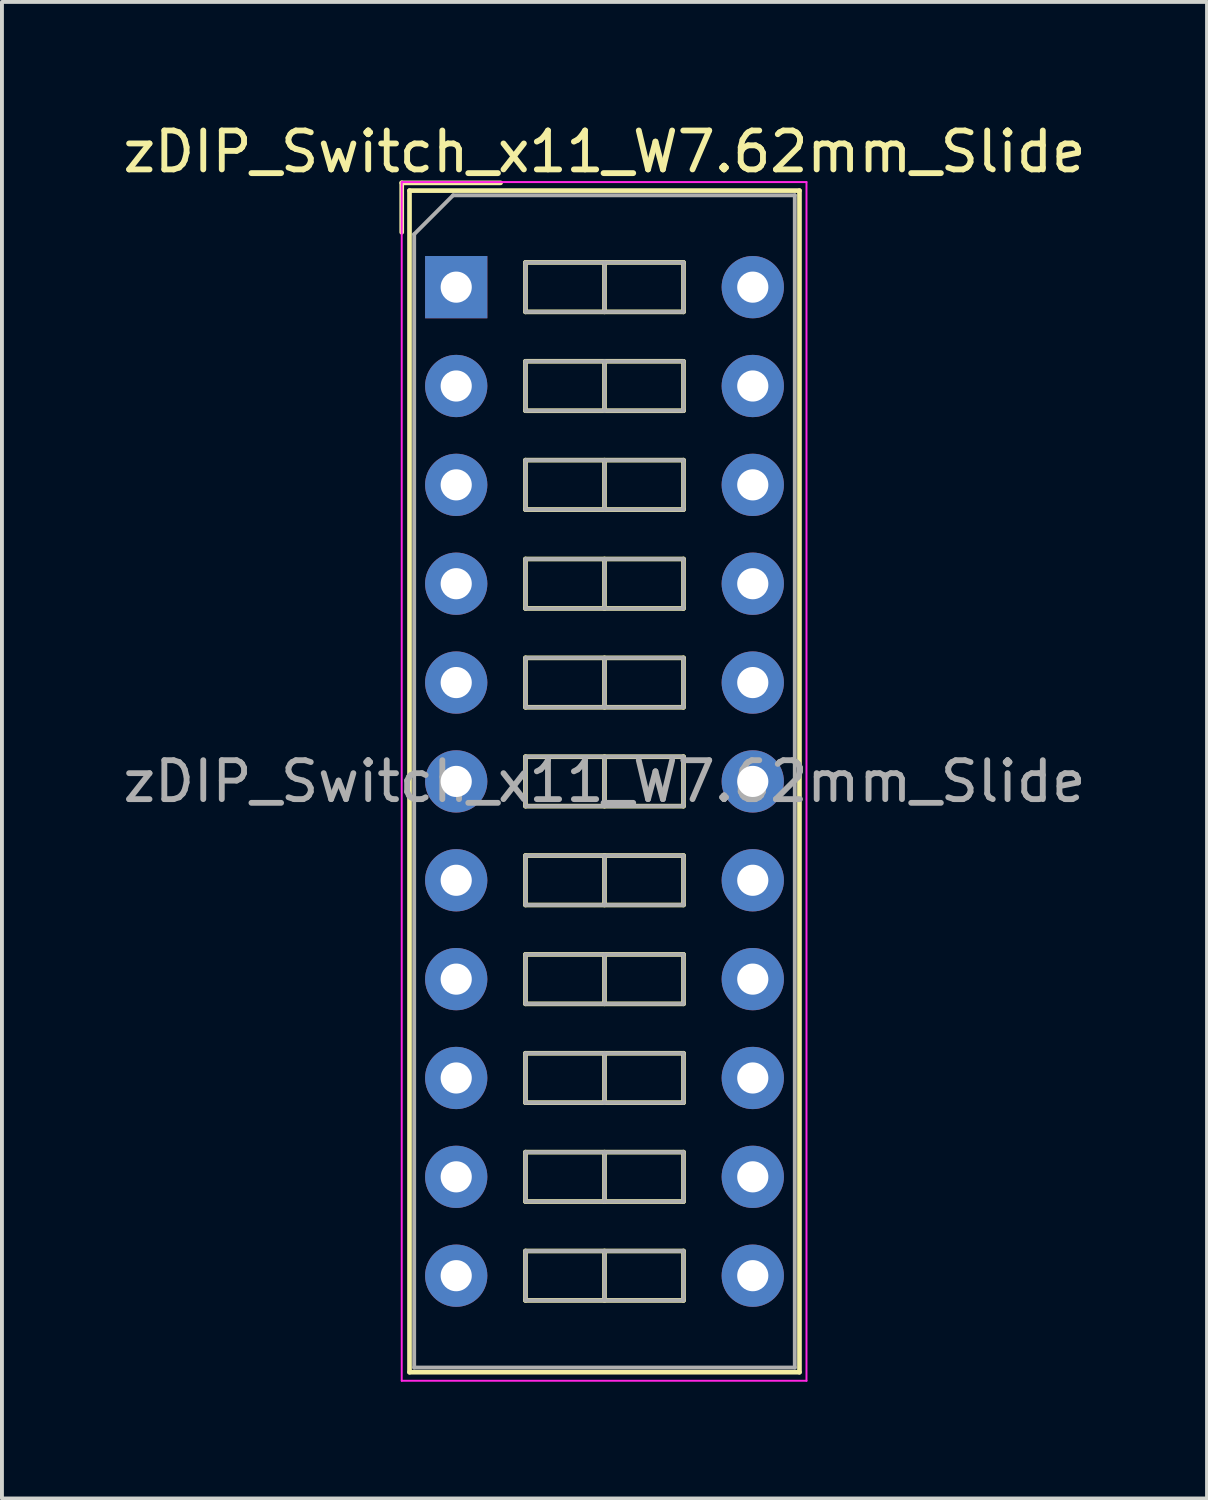
<source format=kicad_pcb>
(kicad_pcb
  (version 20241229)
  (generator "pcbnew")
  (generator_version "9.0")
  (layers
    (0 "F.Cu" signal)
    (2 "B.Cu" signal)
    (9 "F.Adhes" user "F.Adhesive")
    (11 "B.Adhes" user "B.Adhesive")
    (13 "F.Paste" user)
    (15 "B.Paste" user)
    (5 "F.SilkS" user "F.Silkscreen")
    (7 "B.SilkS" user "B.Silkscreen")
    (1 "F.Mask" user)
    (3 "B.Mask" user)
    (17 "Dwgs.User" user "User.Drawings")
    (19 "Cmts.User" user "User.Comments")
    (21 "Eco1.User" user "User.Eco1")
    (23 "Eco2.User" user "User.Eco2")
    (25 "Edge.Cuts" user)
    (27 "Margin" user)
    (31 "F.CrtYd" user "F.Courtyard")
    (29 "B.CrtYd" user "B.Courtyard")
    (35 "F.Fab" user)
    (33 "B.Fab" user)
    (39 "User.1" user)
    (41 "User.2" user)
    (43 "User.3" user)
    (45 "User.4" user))
  (footprint "zDIP_Switch_x11_W7.62mm_Slide"
    (layer "F.Cu")
    (at 8.672 4.328)
    (property "Reference" "zDIP_Switch_x11_W7.62mm_Slide" (at 3.81 -3.48 0) (layer "F.SilkS") (effects (font (size 1 1) (thickness 0.15))))
    (attr through_hole)
    (fp_line (start -1.4 -2.68) (end -1.4 -1.41) (stroke (width 0.12) (type solid)) (layer "F.SilkS"))
    (fp_line (start -1.4 -2.68) (end 1.14 -2.68) (stroke (width 0.12) (type solid)) (layer "F.SilkS"))
    (fp_line (start -1.2 -2.48) (end 8.82 -2.48) (stroke (width 0.12) (type solid)) (layer "F.SilkS"))
    (fp_line (start -1.2 27.88) (end -1.2 -2.48) (stroke (width 0.12) (type solid)) (layer "F.SilkS"))
    (fp_line (start 1.78 -0.635) (end 1.78 0.635) (stroke (width 0.12) (type solid)) (layer "F.SilkS"))
    (fp_line (start 1.78 0.635) (end 5.84 0.635) (stroke (width 0.12) (type solid)) (layer "F.SilkS"))
    (fp_line (start 1.78 1.905) (end 1.78 3.175) (stroke (width 0.12) (type solid)) (layer "F.SilkS"))
    (fp_line (start 1.78 3.175) (end 5.84 3.175) (stroke (width 0.12) (type solid)) (layer "F.SilkS"))
    (fp_line (start 1.78 4.445) (end 1.78 5.715) (stroke (width 0.12) (type solid)) (layer "F.SilkS"))
    (fp_line (start 1.78 5.715) (end 5.84 5.715) (stroke (width 0.12) (type solid)) (layer "F.SilkS"))
    (fp_line (start 1.78 6.985) (end 1.78 8.255) (stroke (width 0.12) (type solid)) (layer "F.SilkS"))
    (fp_line (start 1.78 8.255) (end 5.84 8.255) (stroke (width 0.12) (type solid)) (layer "F.SilkS"))
    (fp_line (start 1.78 9.525) (end 1.78 10.795) (stroke (width 0.12) (type solid)) (layer "F.SilkS"))
    (fp_line (start 1.78 10.795) (end 5.84 10.795) (stroke (width 0.12) (type solid)) (layer "F.SilkS"))
    (fp_line (start 1.78 12.065) (end 1.78 13.335) (stroke (width 0.12) (type solid)) (layer "F.SilkS"))
    (fp_line (start 1.78 13.335) (end 5.84 13.335) (stroke (width 0.12) (type solid)) (layer "F.SilkS"))
    (fp_line (start 1.78 14.605) (end 1.78 15.875) (stroke (width 0.12) (type solid)) (layer "F.SilkS"))
    (fp_line (start 1.78 15.875) (end 5.84 15.875) (stroke (width 0.12) (type solid)) (layer "F.SilkS"))
    (fp_line (start 1.78 17.145) (end 1.78 18.415) (stroke (width 0.12) (type solid)) (layer "F.SilkS"))
    (fp_line (start 1.78 18.415) (end 5.84 18.415) (stroke (width 0.12) (type solid)) (layer "F.SilkS"))
    (fp_line (start 1.78 19.685) (end 1.78 20.955) (stroke (width 0.12) (type solid)) (layer "F.SilkS"))
    (fp_line (start 1.78 20.955) (end 5.84 20.955) (stroke (width 0.12) (type solid)) (layer "F.SilkS"))
    (fp_line (start 1.78 22.225) (end 1.78 23.495) (stroke (width 0.12) (type solid)) (layer "F.SilkS"))
    (fp_line (start 1.78 23.495) (end 5.84 23.495) (stroke (width 0.12) (type solid)) (layer "F.SilkS"))
    (fp_line (start 1.78 24.765) (end 1.78 26.035) (stroke (width 0.12) (type solid)) (layer "F.SilkS"))
    (fp_line (start 1.78 26.035) (end 5.84 26.035) (stroke (width 0.12) (type solid)) (layer "F.SilkS"))
    (fp_line (start 3.81 -0.635) (end 3.81 0.635) (stroke (width 0.12) (type solid)) (layer "F.SilkS"))
    (fp_line (start 3.81 1.905) (end 3.81 3.175) (stroke (width 0.12) (type solid)) (layer "F.SilkS"))
    (fp_line (start 3.81 4.445) (end 3.81 5.715) (stroke (width 0.12) (type solid)) (layer "F.SilkS"))
    (fp_line (start 3.81 6.985) (end 3.81 8.255) (stroke (width 0.12) (type solid)) (layer "F.SilkS"))
    (fp_line (start 3.81 9.525) (end 3.81 10.795) (stroke (width 0.12) (type solid)) (layer "F.SilkS"))
    (fp_line (start 3.81 12.065) (end 3.81 13.335) (stroke (width 0.12) (type solid)) (layer "F.SilkS"))
    (fp_line (start 3.81 14.605) (end 3.81 15.875) (stroke (width 0.12) (type solid)) (layer "F.SilkS"))
    (fp_line (start 3.81 17.145) (end 3.81 18.415) (stroke (width 0.12) (type solid)) (layer "F.SilkS"))
    (fp_line (start 3.81 19.685) (end 3.81 20.955) (stroke (width 0.12) (type solid)) (layer "F.SilkS"))
    (fp_line (start 3.81 22.225) (end 3.81 23.495) (stroke (width 0.12) (type solid)) (layer "F.SilkS"))
    (fp_line (start 3.81 24.765) (end 3.81 26.035) (stroke (width 0.12) (type solid)) (layer "F.SilkS"))
    (fp_line (start 5.84 -0.635) (end 1.78 -0.635) (stroke (width 0.12) (type solid)) (layer "F.SilkS"))
    (fp_line (start 5.84 0.635) (end 5.84 -0.635) (stroke (width 0.12) (type solid)) (layer "F.SilkS"))
    (fp_line (start 5.84 1.905) (end 1.78 1.905) (stroke (width 0.12) (type solid)) (layer "F.SilkS"))
    (fp_line (start 5.84 3.175) (end 5.84 1.905) (stroke (width 0.12) (type solid)) (layer "F.SilkS"))
    (fp_line (start 5.84 4.445) (end 1.78 4.445) (stroke (width 0.12) (type solid)) (layer "F.SilkS"))
    (fp_line (start 5.84 5.715) (end 5.84 4.445) (stroke (width 0.12) (type solid)) (layer "F.SilkS"))
    (fp_line (start 5.84 6.985) (end 1.78 6.985) (stroke (width 0.12) (type solid)) (layer "F.SilkS"))
    (fp_line (start 5.84 8.255) (end 5.84 6.985) (stroke (width 0.12) (type solid)) (layer "F.SilkS"))
    (fp_line (start 5.84 9.525) (end 1.78 9.525) (stroke (width 0.12) (type solid)) (layer "F.SilkS"))
    (fp_line (start 5.84 10.795) (end 5.84 9.525) (stroke (width 0.12) (type solid)) (layer "F.SilkS"))
    (fp_line (start 5.84 12.065) (end 1.78 12.065) (stroke (width 0.12) (type solid)) (layer "F.SilkS"))
    (fp_line (start 5.84 13.335) (end 5.84 12.065) (stroke (width 0.12) (type solid)) (layer "F.SilkS"))
    (fp_line (start 5.84 14.605) (end 1.78 14.605) (stroke (width 0.12) (type solid)) (layer "F.SilkS"))
    (fp_line (start 5.84 15.875) (end 5.84 14.605) (stroke (width 0.12) (type solid)) (layer "F.SilkS"))
    (fp_line (start 5.84 17.145) (end 1.78 17.145) (stroke (width 0.12) (type solid)) (layer "F.SilkS"))
    (fp_line (start 5.84 18.415) (end 5.84 17.145) (stroke (width 0.12) (type solid)) (layer "F.SilkS"))
    (fp_line (start 5.84 19.685) (end 1.78 19.685) (stroke (width 0.12) (type solid)) (layer "F.SilkS"))
    (fp_line (start 5.84 20.955) (end 5.84 19.685) (stroke (width 0.12) (type solid)) (layer "F.SilkS"))
    (fp_line (start 5.84 22.225) (end 1.78 22.225) (stroke (width 0.12) (type solid)) (layer "F.SilkS"))
    (fp_line (start 5.84 23.495) (end 5.84 22.225) (stroke (width 0.12) (type solid)) (layer "F.SilkS"))
    (fp_line (start 5.84 24.765) (end 1.78 24.765) (stroke (width 0.12) (type solid)) (layer "F.SilkS"))
    (fp_line (start 5.84 26.035) (end 5.84 24.765) (stroke (width 0.12) (type solid)) (layer "F.SilkS"))
    (fp_line (start 8.82 -2.48) (end 8.82 27.88) (stroke (width 0.12) (type solid)) (layer "F.SilkS"))
    (fp_line (start 8.82 27.88) (end -1.2 27.88) (stroke (width 0.12) (type solid)) (layer "F.SilkS"))
    (fp_line (start -1.4 -2.7) (end -1.4 28.1) (stroke (width 0.05) (type solid)) (layer "F.CrtYd"))
    (fp_line (start -1.4 28.1) (end 9 28.1) (stroke (width 0.05) (type solid)) (layer "F.CrtYd"))
    (fp_line (start 9 -2.7) (end -1.4 -2.7) (stroke (width 0.05) (type solid)) (layer "F.CrtYd"))
    (fp_line (start 9 28.1) (end 9 -2.7) (stroke (width 0.05) (type solid)) (layer "F.CrtYd"))
    (fp_line (start -1.08 -1.36) (end -0.08 -2.36) (stroke (width 0.1) (type solid)) (layer "F.Fab"))
    (fp_line (start -1.08 27.76) (end -1.08 -1.36) (stroke (width 0.1) (type solid)) (layer "F.Fab"))
    (fp_line (start -0.08 -2.36) (end 8.7 -2.36) (stroke (width 0.1) (type solid)) (layer "F.Fab"))
    (fp_line (start 1.78 -0.635) (end 1.78 0.635) (stroke (width 0.1) (type solid)) (layer "F.Fab"))
    (fp_line (start 1.78 0.635) (end 5.84 0.635) (stroke (width 0.1) (type solid)) (layer "F.Fab"))
    (fp_line (start 1.78 1.905) (end 1.78 3.175) (stroke (width 0.1) (type solid)) (layer "F.Fab"))
    (fp_line (start 1.78 3.175) (end 5.84 3.175) (stroke (width 0.1) (type solid)) (layer "F.Fab"))
    (fp_line (start 1.78 4.445) (end 1.78 5.715) (stroke (width 0.1) (type solid)) (layer "F.Fab"))
    (fp_line (start 1.78 5.715) (end 5.84 5.715) (stroke (width 0.1) (type solid)) (layer "F.Fab"))
    (fp_line (start 1.78 6.985) (end 1.78 8.255) (stroke (width 0.1) (type solid)) (layer "F.Fab"))
    (fp_line (start 1.78 8.255) (end 5.84 8.255) (stroke (width 0.1) (type solid)) (layer "F.Fab"))
    (fp_line (start 1.78 9.525) (end 1.78 10.795) (stroke (width 0.1) (type solid)) (layer "F.Fab"))
    (fp_line (start 1.78 10.795) (end 5.84 10.795) (stroke (width 0.1) (type solid)) (layer "F.Fab"))
    (fp_line (start 1.78 12.065) (end 1.78 13.335) (stroke (width 0.1) (type solid)) (layer "F.Fab"))
    (fp_line (start 1.78 13.335) (end 5.84 13.335) (stroke (width 0.1) (type solid)) (layer "F.Fab"))
    (fp_line (start 1.78 14.605) (end 1.78 15.875) (stroke (width 0.1) (type solid)) (layer "F.Fab"))
    (fp_line (start 1.78 15.875) (end 5.84 15.875) (stroke (width 0.1) (type solid)) (layer "F.Fab"))
    (fp_line (start 1.78 17.145) (end 1.78 18.415) (stroke (width 0.1) (type solid)) (layer "F.Fab"))
    (fp_line (start 1.78 18.415) (end 5.84 18.415) (stroke (width 0.1) (type solid)) (layer "F.Fab"))
    (fp_line (start 1.78 19.685) (end 1.78 20.955) (stroke (width 0.1) (type solid)) (layer "F.Fab"))
    (fp_line (start 1.78 20.955) (end 5.84 20.955) (stroke (width 0.1) (type solid)) (layer "F.Fab"))
    (fp_line (start 1.78 22.225) (end 1.78 23.495) (stroke (width 0.1) (type solid)) (layer "F.Fab"))
    (fp_line (start 1.78 23.495) (end 5.84 23.495) (stroke (width 0.1) (type solid)) (layer "F.Fab"))
    (fp_line (start 1.78 24.765) (end 1.78 26.035) (stroke (width 0.1) (type solid)) (layer "F.Fab"))
    (fp_line (start 1.78 26.035) (end 5.84 26.035) (stroke (width 0.1) (type solid)) (layer "F.Fab"))
    (fp_line (start 3.81 -0.635) (end 3.81 0.635) (stroke (width 0.1) (type solid)) (layer "F.Fab"))
    (fp_line (start 3.81 1.905) (end 3.81 3.175) (stroke (width 0.1) (type solid)) (layer "F.Fab"))
    (fp_line (start 3.81 4.445) (end 3.81 5.715) (stroke (width 0.1) (type solid)) (layer "F.Fab"))
    (fp_line (start 3.81 6.985) (end 3.81 8.255) (stroke (width 0.1) (type solid)) (layer "F.Fab"))
    (fp_line (start 3.81 9.525) (end 3.81 10.795) (stroke (width 0.1) (type solid)) (layer "F.Fab"))
    (fp_line (start 3.81 12.065) (end 3.81 13.335) (stroke (width 0.1) (type solid)) (layer "F.Fab"))
    (fp_line (start 3.81 14.605) (end 3.81 15.875) (stroke (width 0.1) (type solid)) (layer "F.Fab"))
    (fp_line (start 3.81 17.145) (end 3.81 18.415) (stroke (width 0.1) (type solid)) (layer "F.Fab"))
    (fp_line (start 3.81 19.685) (end 3.81 20.955) (stroke (width 0.1) (type solid)) (layer "F.Fab"))
    (fp_line (start 3.81 22.225) (end 3.81 23.495) (stroke (width 0.1) (type solid)) (layer "F.Fab"))
    (fp_line (start 3.81 24.765) (end 3.81 26.035) (stroke (width 0.1) (type solid)) (layer "F.Fab"))
    (fp_line (start 5.84 -0.635) (end 1.78 -0.635) (stroke (width 0.1) (type solid)) (layer "F.Fab"))
    (fp_line (start 5.84 0.635) (end 5.84 -0.635) (stroke (width 0.1) (type solid)) (layer "F.Fab"))
    (fp_line (start 5.84 1.905) (end 1.78 1.905) (stroke (width 0.1) (type solid)) (layer "F.Fab"))
    (fp_line (start 5.84 3.175) (end 5.84 1.905) (stroke (width 0.1) (type solid)) (layer "F.Fab"))
    (fp_line (start 5.84 4.445) (end 1.78 4.445) (stroke (width 0.1) (type solid)) (layer "F.Fab"))
    (fp_line (start 5.84 5.715) (end 5.84 4.445) (stroke (width 0.1) (type solid)) (layer "F.Fab"))
    (fp_line (start 5.84 6.985) (end 1.78 6.985) (stroke (width 0.1) (type solid)) (layer "F.Fab"))
    (fp_line (start 5.84 8.255) (end 5.84 6.985) (stroke (width 0.1) (type solid)) (layer "F.Fab"))
    (fp_line (start 5.84 9.525) (end 1.78 9.525) (stroke (width 0.1) (type solid)) (layer "F.Fab"))
    (fp_line (start 5.84 10.795) (end 5.84 9.525) (stroke (width 0.1) (type solid)) (layer "F.Fab"))
    (fp_line (start 5.84 12.065) (end 1.78 12.065) (stroke (width 0.1) (type solid)) (layer "F.Fab"))
    (fp_line (start 5.84 13.335) (end 5.84 12.065) (stroke (width 0.1) (type solid)) (layer "F.Fab"))
    (fp_line (start 5.84 14.605) (end 1.78 14.605) (stroke (width 0.1) (type solid)) (layer "F.Fab"))
    (fp_line (start 5.84 15.875) (end 5.84 14.605) (stroke (width 0.1) (type solid)) (layer "F.Fab"))
    (fp_line (start 5.84 17.145) (end 1.78 17.145) (stroke (width 0.1) (type solid)) (layer "F.Fab"))
    (fp_line (start 5.84 18.415) (end 5.84 17.145) (stroke (width 0.1) (type solid)) (layer "F.Fab"))
    (fp_line (start 5.84 19.685) (end 1.78 19.685) (stroke (width 0.1) (type solid)) (layer "F.Fab"))
    (fp_line (start 5.84 20.955) (end 5.84 19.685) (stroke (width 0.1) (type solid)) (layer "F.Fab"))
    (fp_line (start 5.84 22.225) (end 1.78 22.225) (stroke (width 0.1) (type solid)) (layer "F.Fab"))
    (fp_line (start 5.84 23.495) (end 5.84 22.225) (stroke (width 0.1) (type solid)) (layer "F.Fab"))
    (fp_line (start 5.84 24.765) (end 1.78 24.765) (stroke (width 0.1) (type solid)) (layer "F.Fab"))
    (fp_line (start 5.84 26.035) (end 5.84 24.765) (stroke (width 0.1) (type solid)) (layer "F.Fab"))
    (fp_line (start 8.7 -2.36) (end 8.7 27.76) (stroke (width 0.1) (type solid)) (layer "F.Fab"))
    (fp_line (start 8.7 27.76) (end -1.08 27.76) (stroke (width 0.1) (type solid)) (layer "F.Fab"))
    (fp_text user "${REFERENCE}" (at 3.81 12.7 0) (layer "F.Fab") (effects (font (size 1 1) (thickness 0.15))))
    (pad "1" thru_hole rect (at 0 0) (size 1.6 1.6) (drill 0.8) (layers "*.Cu" "*.Mask"))
    (pad "2" thru_hole oval (at 0 2.54) (size 1.6 1.6) (drill 0.8) (layers "*.Cu" "*.Mask"))
    (pad "3" thru_hole oval (at 0 5.08) (size 1.6 1.6) (drill 0.8) (layers "*.Cu" "*.Mask"))
    (pad "4" thru_hole oval (at 0 7.62) (size 1.6 1.6) (drill 0.8) (layers "*.Cu" "*.Mask"))
    (pad "5" thru_hole oval (at 0 10.16) (size 1.6 1.6) (drill 0.8) (layers "*.Cu" "*.Mask"))
    (pad "6" thru_hole oval (at 0 12.7) (size 1.6 1.6) (drill 0.8) (layers "*.Cu" "*.Mask"))
    (pad "7" thru_hole oval (at 0 15.24) (size 1.6 1.6) (drill 0.8) (layers "*.Cu" "*.Mask"))
    (pad "8" thru_hole oval (at 0 17.78) (size 1.6 1.6) (drill 0.8) (layers "*.Cu" "*.Mask"))
    (pad "9" thru_hole oval (at 0 20.32) (size 1.6 1.6) (drill 0.8) (layers "*.Cu" "*.Mask"))
    (pad "10" thru_hole oval (at 0 22.86) (size 1.6 1.6) (drill 0.8) (layers "*.Cu" "*.Mask"))
    (pad "11" thru_hole oval (at 0 25.4) (size 1.6 1.6) (drill 0.8) (layers "*.Cu" "*.Mask"))
    (pad "12" thru_hole oval (at 7.62 25.4) (size 1.6 1.6) (drill 0.8) (layers "*.Cu" "*.Mask"))
    (pad "13" thru_hole oval (at 7.62 22.86) (size 1.6 1.6) (drill 0.8) (layers "*.Cu" "*.Mask"))
    (pad "14" thru_hole oval (at 7.62 20.32) (size 1.6 1.6) (drill 0.8) (layers "*.Cu" "*.Mask"))
    (pad "15" thru_hole oval (at 7.62 17.78) (size 1.6 1.6) (drill 0.8) (layers "*.Cu" "*.Mask"))
    (pad "16" thru_hole oval (at 7.62 15.24) (size 1.6 1.6) (drill 0.8) (layers "*.Cu" "*.Mask"))
    (pad "17" thru_hole oval (at 7.62 12.7) (size 1.6 1.6) (drill 0.8) (layers "*.Cu" "*.Mask"))
    (pad "18" thru_hole oval (at 7.62 10.16) (size 1.6 1.6) (drill 0.8) (layers "*.Cu" "*.Mask"))
    (pad "19" thru_hole oval (at 7.62 7.62) (size 1.6 1.6) (drill 0.8) (layers "*.Cu" "*.Mask"))
    (pad "20" thru_hole oval (at 7.62 5.08) (size 1.6 1.6) (drill 0.8) (layers "*.Cu" "*.Mask"))
    (pad "21" thru_hole oval (at 7.62 2.54) (size 1.6 1.6) (drill 0.8) (layers "*.Cu" "*.Mask"))
    (pad "22" thru_hole oval (at 7.62 0) (size 1.6 1.6) (drill 0.8) (layers "*.Cu" "*.Mask")))
  (gr_rect
    (start -3 -3)
    (end 27.964 35.453)
    (stroke (width 0.1) (type default))
    (fill no)
    (layer "Edge.Cuts")))
</source>
